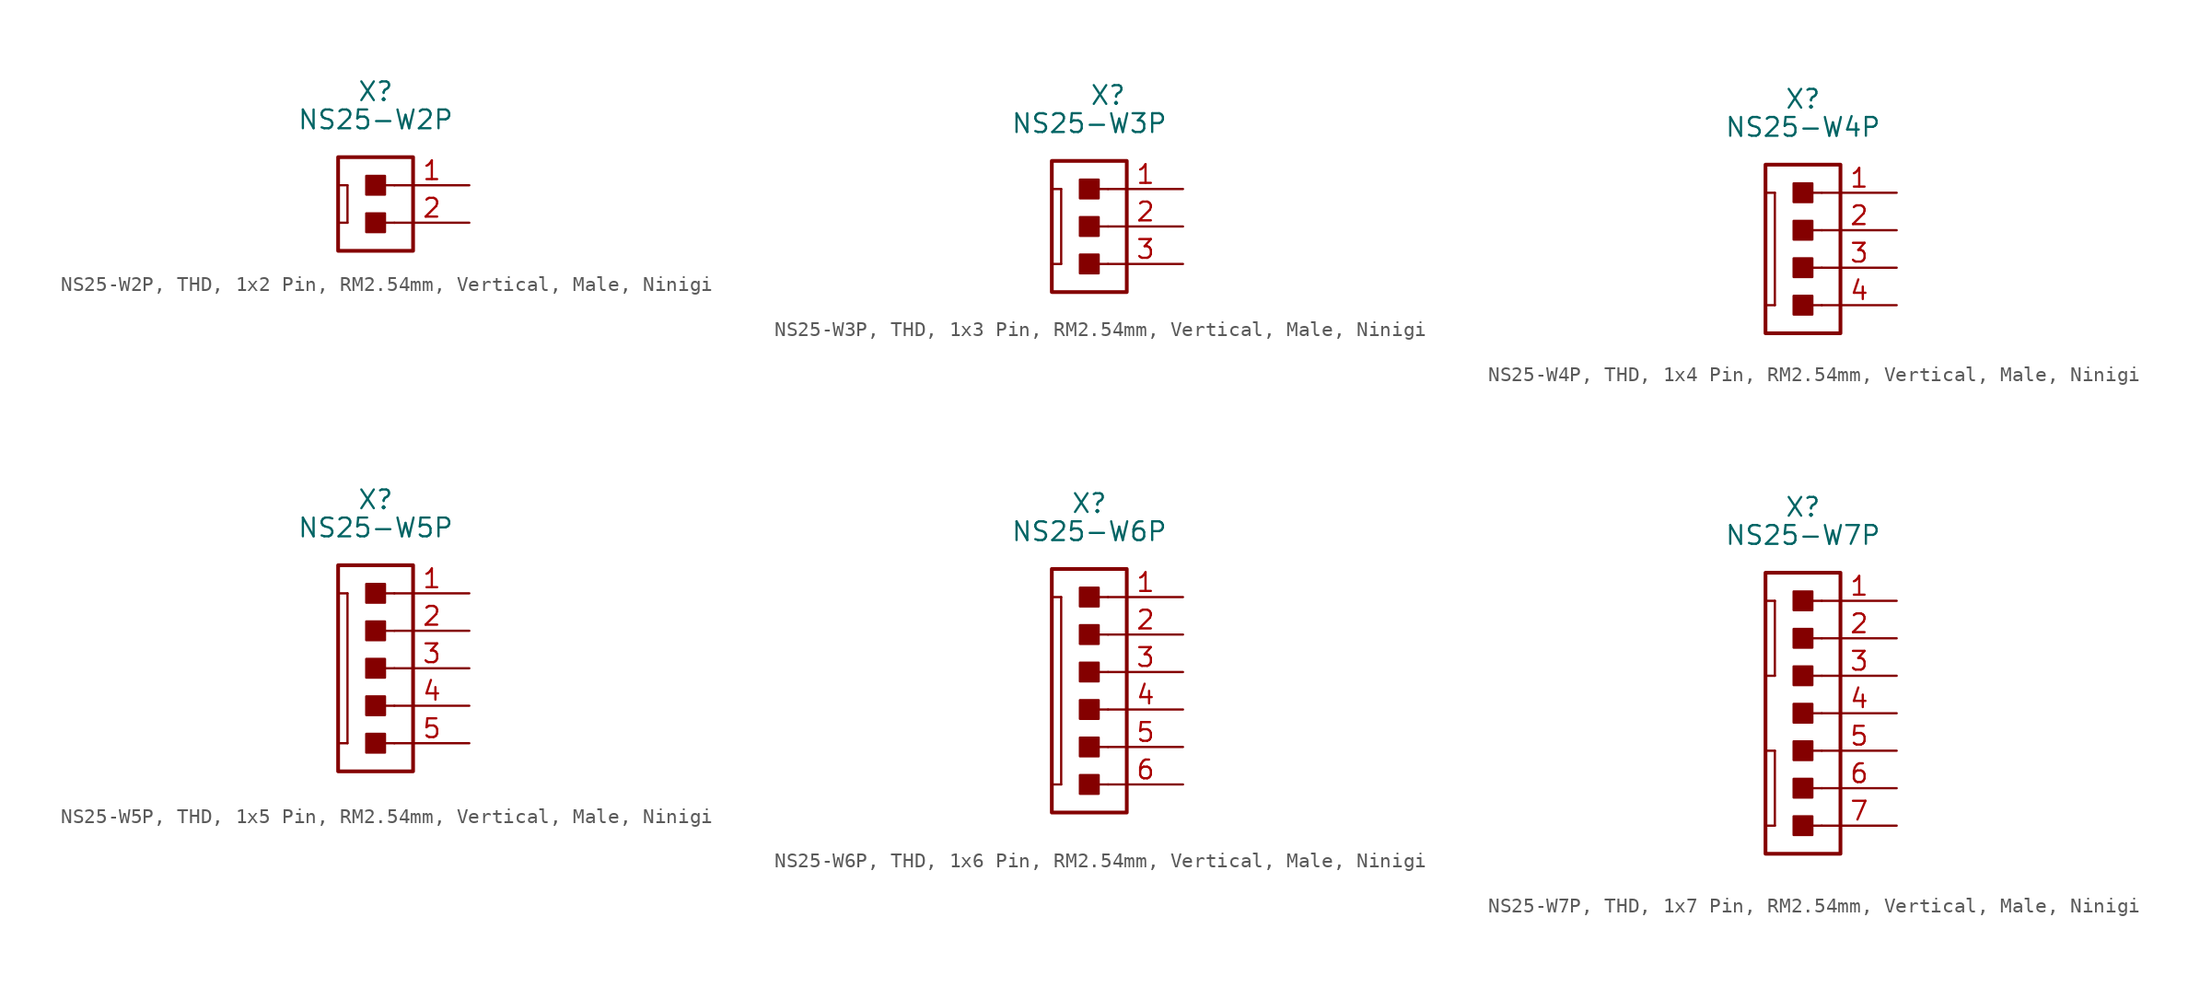
<source format=kicad_sym>
(kicad_symbol_lib
  (version 20241209)
  (generator "kicad_symbol_editor")
  (generator_version "9.0")
  (symbol "NS25-W2P, THD, 1x2 Pin, RM2.54mm, Vertical, Male, Ninigi"
    (pin_names
      (offset 1.016)
      (hide yes))
    (property "Reference" "X"
      (at -1.27 6.35 0)
      (effects (font (size 1.27 1.27))))
    (property "Value" "NS25-W2P"
      (at -1.27 4.445 0)
      (effects (font (size 1.27 1.27))))
    (property "Label" ""
      (at 0 0 0)
      (effects (font (size 1.27 1.27) (thickness 0.254) (bold yes))))
    (symbol "NS25-W2P, THD, 1x2 Pin, RM2.54mm, Vertical, Male, Ninigi_0_1"
      (polyline (pts (xy -3.81 0) (xy -3.175 0)) (stroke (width 0.152) (type default)) (fill (type none)))
      (polyline (pts (xy -3.81 -2.54) (xy -3.175 -2.54)) (stroke (width 0.152) (type default)) (fill (type none)))
      (polyline (pts (xy -3.175 0) (xy -3.175 -2.54)) (stroke (width 0.152) (type default)) (fill (type none))))
    (symbol "NS25-W2P, THD, 1x2 Pin, RM2.54mm, Vertical, Male, Ninigi_1_0"
      (polyline (pts (xy 0 0) (xy -1.27 0)) (stroke (width 0.152) (type default)) (fill (type none)))
      (polyline (pts (xy 0 -2.54) (xy -1.27 -2.54)) (stroke (width 0.152) (type default)) (fill (type none))))
    (symbol "NS25-W2P, THD, 1x2 Pin, RM2.54mm, Vertical, Male, Ninigi_1_1"
      (rectangle (start -3.81 1.905) (end 1.27 -4.445) (stroke (width 0.254) (type default)) (fill (type none)))
      (rectangle (start -1.905 -0.635) (end -0.635 0.635) (stroke (width 0.152) (type default)) (fill (type outline)))
      (rectangle (start -1.905 -3.175) (end -0.635 -1.905) (stroke (width 0.152) (type default)) (fill (type outline)))
      (pin passive line (at 5.08 0 180) (length 5.08) (name "1" (effects (font (size 1.27 1.27)))) (number "1" (effects (font (size 1.27 1.27)))))
      (pin passive line (at 5.08 -2.54 180) (length 5.08) (name "2" (effects (font (size 1.27 1.27)))) (number "2" (effects (font (size 1.27 1.27)))))))
  (symbol "NS25-W3P, THD, 1x3 Pin, RM2.54mm, Vertical, Male, Ninigi"
    (pin_names
      (offset 1.016)
      (hide yes))
    (property "Reference" "X"
      (at 0.0001 8.89 0)
      (effects (font (size 1.27 1.27))))
    (property "Value" "NS25-W3P"
      (at -1.27 6.985 0)
      (effects (font (size 1.27 1.27))))
    (property "Label" ""
      (at 0 0 0)
      (effects (font (size 1.27 1.27) (thickness 0.254) (bold yes))))
    (symbol "NS25-W3P, THD, 1x3 Pin, RM2.54mm, Vertical, Male, Ninigi_0_1"
      (polyline (pts (xy -3.81 2.54) (xy -3.175 2.54)) (stroke (width 0.152) (type default)) (fill (type none)))
      (polyline (pts (xy -3.81 -2.54) (xy -3.175 -2.54)) (stroke (width 0.152) (type default)) (fill (type none)))
      (polyline (pts (xy -3.175 2.54) (xy -3.175 -2.54)) (stroke (width 0.152) (type default)) (fill (type none))))
    (symbol "NS25-W3P, THD, 1x3 Pin, RM2.54mm, Vertical, Male, Ninigi_1_0"
      (polyline (pts (xy 0 2.54) (xy -1.27 2.54)) (stroke (width 0.152) (type default)) (fill (type none)))
      (polyline (pts (xy 0 0) (xy -1.27 0)) (stroke (width 0.152) (type default)) (fill (type none)))
      (polyline (pts (xy 0.0001 -2.54) (xy -1.27 -2.54)) (stroke (width 0.152) (type default)) (fill (type none))))
    (symbol "NS25-W3P, THD, 1x3 Pin, RM2.54mm, Vertical, Male, Ninigi_1_1"
      (rectangle (start -3.81 4.445) (end 1.27 -4.445) (stroke (width 0.254) (type default)) (fill (type none)))
      (rectangle (start -1.905 1.905) (end -0.635 3.175) (stroke (width 0.152) (type default)) (fill (type outline)))
      (rectangle (start -1.905 -0.635) (end -0.635 0.635) (stroke (width 0.152) (type default)) (fill (type outline)))
      (rectangle (start -1.905 -3.175) (end -0.635 -1.905) (stroke (width 0.152) (type default)) (fill (type outline)))
      (pin passive line (at 5.08 2.54 180) (length 5.08) (name "1" (effects (font (size 1.27 1.27)))) (number "1" (effects (font (size 1.27 1.27)))))
      (pin passive line (at 5.08 0 180) (length 5.08) (name "2" (effects (font (size 1.27 1.27)))) (number "2" (effects (font (size 1.27 1.27)))))
      (pin passive line (at 5.08 -2.54 180) (length 5.08) (name "2" (effects (font (size 1.27 1.27)))) (number "3" (effects (font (size 1.27 1.27)))))))
  (symbol "NS25-W4P, THD, 1x4 Pin, RM2.54mm, Vertical, Male, Ninigi"
    (pin_names
      (offset 1.016)
      (hide yes))
    (property "Reference" "X"
      (at -1.27 8.89 0)
      (effects (font (size 1.27 1.27))))
    (property "Value" "NS25-W4P"
      (at -1.27 6.985 0)
      (effects (font (size 1.27 1.27))))
    (property "Label" ""
      (at 0 0 0)
      (effects (font (size 1.27 1.27) (thickness 0.254) (bold yes))))
    (symbol "NS25-W4P, THD, 1x4 Pin, RM2.54mm, Vertical, Male, Ninigi_0_1"
      (polyline (pts (xy -3.81 2.54) (xy -3.175 2.54)) (stroke (width 0.152) (type default)) (fill (type none)))
      (polyline (pts (xy -3.81 -5.08) (xy -3.175 -5.08)) (stroke (width 0.152) (type default)) (fill (type none)))
      (polyline (pts (xy -3.175 2.54) (xy -3.175 -5.08)) (stroke (width 0.152) (type default)) (fill (type none))))
    (symbol "NS25-W4P, THD, 1x4 Pin, RM2.54mm, Vertical, Male, Ninigi_1_0"
      (polyline (pts (xy 0 2.54) (xy -1.27 2.54)) (stroke (width 0.152) (type default)) (fill (type none)))
      (polyline (pts (xy 0 0) (xy -1.27 0)) (stroke (width 0.152) (type default)) (fill (type none)))
      (polyline (pts (xy 0.0001 -2.54) (xy -1.27 -2.54)) (stroke (width 0.152) (type default)) (fill (type none)))
      (polyline (pts (xy 0.0001 -5.08) (xy -1.27 -5.08)) (stroke (width 0.152) (type default)) (fill (type none))))
    (symbol "NS25-W4P, THD, 1x4 Pin, RM2.54mm, Vertical, Male, Ninigi_1_1"
      (rectangle (start -3.81 4.445) (end 1.27 -6.985) (stroke (width 0.254) (type default)) (fill (type none)))
      (rectangle (start -1.905 1.905) (end -0.635 3.175) (stroke (width 0.152) (type default)) (fill (type outline)))
      (rectangle (start -1.905 -0.635) (end -0.635 0.635) (stroke (width 0.152) (type default)) (fill (type outline)))
      (rectangle (start -1.905 -3.175) (end -0.635 -1.905) (stroke (width 0.152) (type default)) (fill (type outline)))
      (rectangle (start -1.905 -5.715) (end -0.635 -4.445) (stroke (width 0.152) (type default)) (fill (type outline)))
      (pin passive line (at 5.08 2.54 180) (length 5.08) (name "1" (effects (font (size 1.27 1.27)))) (number "1" (effects (font (size 1.27 1.27)))))
      (pin passive line (at 5.08 0 180) (length 5.08) (name "2" (effects (font (size 1.27 1.27)))) (number "2" (effects (font (size 1.27 1.27)))))
      (pin passive line (at 5.08 -2.54 180) (length 5.08) (name "2" (effects (font (size 1.27 1.27)))) (number "3" (effects (font (size 1.27 1.27)))))
      (pin passive line (at 5.08 -5.08 180) (length 5.08) (name "2" (effects (font (size 1.27 1.27)))) (number "4" (effects (font (size 1.27 1.27)))))))
  (symbol "NS25-W5P, THD, 1x5 Pin, RM2.54mm, Vertical, Male, Ninigi"
    (pin_names
      (offset 1.016)
      (hide yes))
    (property "Reference" "X"
      (at -1.27 11.43 0)
      (effects (font (size 1.27 1.27))))
    (property "Value" "NS25-W5P"
      (at -1.27 9.525 0)
      (effects (font (size 1.27 1.27))))
    (property "Label" ""
      (at 0 0 0)
      (effects (font (size 1.27 1.27) (thickness 0.254) (bold yes))))
    (symbol "NS25-W5P, THD, 1x5 Pin, RM2.54mm, Vertical, Male, Ninigi_0_1"
      (polyline (pts (xy -3.81 5.08) (xy -3.175 5.08)) (stroke (width 0.152) (type default)) (fill (type none)))
      (polyline (pts (xy -3.81 -5.08) (xy -3.175 -5.08)) (stroke (width 0.152) (type default)) (fill (type none)))
      (polyline (pts (xy -3.175 5.08) (xy -3.175 -5.08)) (stroke (width 0.152) (type default)) (fill (type none))))
    (symbol "NS25-W5P, THD, 1x5 Pin, RM2.54mm, Vertical, Male, Ninigi_1_0"
      (polyline (pts (xy -0.0001 5.08) (xy -1.27 5.08)) (stroke (width 0.152) (type default)) (fill (type none)))
      (polyline (pts (xy -0.0001 2.54) (xy -1.27 2.54)) (stroke (width 0.152) (type default)) (fill (type none)))
      (polyline (pts (xy 0 0) (xy -1.27 0)) (stroke (width 0.152) (type default)) (fill (type none)))
      (polyline (pts (xy 0 -2.54) (xy -1.27 -2.54)) (stroke (width 0.152) (type default)) (fill (type none)))
      (polyline (pts (xy 0 -5.08) (xy -1.27 -5.08)) (stroke (width 0.152) (type default)) (fill (type none))))
    (symbol "NS25-W5P, THD, 1x5 Pin, RM2.54mm, Vertical, Male, Ninigi_1_1"
      (rectangle (start -3.81 6.985) (end 1.27 -6.985) (stroke (width 0.254) (type default)) (fill (type none)))
      (rectangle (start -1.905 4.445) (end -0.635 5.715) (stroke (width 0.152) (type default)) (fill (type outline)))
      (rectangle (start -1.905 1.905) (end -0.635 3.175) (stroke (width 0.152) (type default)) (fill (type outline)))
      (rectangle (start -1.905 -0.635) (end -0.635 0.635) (stroke (width 0.152) (type default)) (fill (type outline)))
      (rectangle (start -1.905 -3.175) (end -0.635 -1.905) (stroke (width 0.152) (type default)) (fill (type outline)))
      (rectangle (start -1.905 -5.715) (end -0.635 -4.445) (stroke (width 0.152) (type default)) (fill (type outline)))
      (pin passive line (at 5.08 5.08 180) (length 5.08) (name "1" (effects (font (size 1.27 1.27)))) (number "1" (effects (font (size 1.27 1.27)))))
      (pin passive line (at 5.08 2.54 180) (length 5.08) (name "2" (effects (font (size 1.27 1.27)))) (number "2" (effects (font (size 1.27 1.27)))))
      (pin passive line (at 5.08 0 180) (length 5.08) (name "2" (effects (font (size 1.27 1.27)))) (number "3" (effects (font (size 1.27 1.27)))))
      (pin passive line (at 5.08 -2.54 180) (length 5.08) (name "2" (effects (font (size 1.27 1.27)))) (number "4" (effects (font (size 1.27 1.27)))))
      (pin passive line (at 5.08 -5.08 180) (length 5.08) (name "2" (effects (font (size 1.27 1.27)))) (number "5" (effects (font (size 1.27 1.27)))))))
  (symbol "NS25-W6P, THD, 1x6 Pin, RM2.54mm, Vertical, Male, Ninigi"
    (pin_names
      (offset 1.016)
      (hide yes))
    (property "Reference" "X"
      (at -1.27 11.43 0)
      (effects (font (size 1.27 1.27))))
    (property "Value" "NS25-W6P"
      (at -1.27 9.525 0)
      (effects (font (size 1.27 1.27))))
    (property "Label" ""
      (at 0 0 0)
      (effects (font (size 1.27 1.27) (thickness 0.254) (bold yes))))
    (symbol "NS25-W6P, THD, 1x6 Pin, RM2.54mm, Vertical, Male, Ninigi_0_1"
      (polyline (pts (xy -3.81 5.08) (xy -3.175 5.08)) (stroke (width 0.152) (type default)) (fill (type none)))
      (polyline (pts (xy -3.81 -7.62) (xy -3.175 -7.62)) (stroke (width 0.152) (type default)) (fill (type none)))
      (polyline (pts (xy -3.175 5.08) (xy -3.175 -7.62)) (stroke (width 0.152) (type default)) (fill (type none))))
    (symbol "NS25-W6P, THD, 1x6 Pin, RM2.54mm, Vertical, Male, Ninigi_1_0"
      (polyline (pts (xy -0.0001 5.08) (xy -1.27 5.08)) (stroke (width 0.152) (type default)) (fill (type none)))
      (polyline (pts (xy -0.0001 2.54) (xy -1.27 2.54)) (stroke (width 0.152) (type default)) (fill (type none)))
      (polyline (pts (xy 0 0) (xy -1.27 0)) (stroke (width 0.152) (type default)) (fill (type none)))
      (polyline (pts (xy 0 -2.54) (xy -1.27 -2.54)) (stroke (width 0.152) (type default)) (fill (type none)))
      (polyline (pts (xy 0 -5.08) (xy -1.27 -5.08)) (stroke (width 0.152) (type default)) (fill (type none)))
      (polyline (pts (xy 0 -7.62) (xy -1.27 -7.62)) (stroke (width 0.152) (type default)) (fill (type none))))
    (symbol "NS25-W6P, THD, 1x6 Pin, RM2.54mm, Vertical, Male, Ninigi_1_1"
      (rectangle (start -3.81 6.985) (end 1.27 -9.525) (stroke (width 0.254) (type default)) (fill (type none)))
      (rectangle (start -1.905 4.445) (end -0.635 5.715) (stroke (width 0.152) (type default)) (fill (type outline)))
      (rectangle (start -1.905 1.905) (end -0.635 3.175) (stroke (width 0.152) (type default)) (fill (type outline)))
      (rectangle (start -1.905 -0.635) (end -0.635 0.635) (stroke (width 0.152) (type default)) (fill (type outline)))
      (rectangle (start -1.905 -3.175) (end -0.635 -1.905) (stroke (width 0.152) (type default)) (fill (type outline)))
      (rectangle (start -1.905 -5.715) (end -0.635 -4.445) (stroke (width 0.152) (type default)) (fill (type outline)))
      (rectangle (start -1.905 -8.255) (end -0.635 -6.985) (stroke (width 0.152) (type default)) (fill (type outline)))
      (pin passive line (at 5.08 5.08 180) (length 5.08) (name "1" (effects (font (size 1.27 1.27)))) (number "1" (effects (font (size 1.27 1.27)))))
      (pin passive line (at 5.08 2.54 180) (length 5.08) (name "2" (effects (font (size 1.27 1.27)))) (number "2" (effects (font (size 1.27 1.27)))))
      (pin passive line (at 5.08 0 180) (length 5.08) (name "2" (effects (font (size 1.27 1.27)))) (number "3" (effects (font (size 1.27 1.27)))))
      (pin passive line (at 5.08 -2.54 180) (length 5.08) (name "2" (effects (font (size 1.27 1.27)))) (number "4" (effects (font (size 1.27 1.27)))))
      (pin passive line (at 5.08 -5.08 180) (length 5.08) (name "2" (effects (font (size 1.27 1.27)))) (number "5" (effects (font (size 1.27 1.27)))))
      (pin passive line (at 5.08 -7.62 180) (length 5.08) (name "2" (effects (font (size 1.27 1.27)))) (number "6" (effects (font (size 1.27 1.27)))))))
  (symbol "NS25-W7P, THD, 1x7 Pin, RM2.54mm, Vertical, Male, Ninigi"
    (pin_names
      (offset 1.016)
      (hide yes))
    (property "Reference" "X"
      (at -1.27 13.97 0)
      (effects (font (size 1.27 1.27))))
    (property "Value" "NS25-W7P"
      (at -1.27 12.065 0)
      (effects (font (size 1.27 1.27))))
    (property "Z-SYSCODE" ""
      (at 3.81 1.27 90)
      (effects (font (size 1.27 1.27))))
    (property "Label" ""
      (at 0 0 0)
      (effects (font (size 1.27 1.27) (thickness 0.254) (bold yes))))
    (symbol "NS25-W7P, THD, 1x7 Pin, RM2.54mm, Vertical, Male, Ninigi_0_1"
      (polyline (pts (xy -3.81 7.62) (xy -3.175 7.62)) (stroke (width 0.152) (type default)) (fill (type none)))
      (polyline (pts (xy -3.81 2.54) (xy -3.175 2.54)) (stroke (width 0.152) (type default)) (fill (type none)))
      (polyline (pts (xy -3.81 -2.54) (xy -3.175 -2.54)) (stroke (width 0.152) (type default)) (fill (type none)))
      (polyline (pts (xy -3.81 -7.62) (xy -3.175 -7.62)) (stroke (width 0.152) (type default)) (fill (type none)))
      (polyline (pts (xy -3.175 7.62) (xy -3.175 2.54)) (stroke (width 0.152) (type default)) (fill (type none)))
      (polyline (pts (xy -3.175 -2.54) (xy -3.175 -7.62)) (stroke (width 0.152) (type default)) (fill (type none))))
    (symbol "NS25-W7P, THD, 1x7 Pin, RM2.54mm, Vertical, Male, Ninigi_1_0"
      (polyline (pts (xy -0.0001 7.62) (xy -1.27 7.62)) (stroke (width 0.152) (type default)) (fill (type none)))
      (polyline (pts (xy -0.0001 5.08) (xy -1.27 5.08)) (stroke (width 0.152) (type default)) (fill (type none)))
      (polyline (pts (xy 0 2.54) (xy -1.27 2.54)) (stroke (width 0.152) (type default)) (fill (type none)))
      (polyline (pts (xy 0 0) (xy -1.27 0)) (stroke (width 0.152) (type default)) (fill (type none)))
      (polyline (pts (xy 0 -2.54) (xy -1.27 -2.54)) (stroke (width 0.152) (type default)) (fill (type none)))
      (polyline (pts (xy 0 -5.08) (xy -1.27 -5.08)) (stroke (width 0.152) (type default)) (fill (type none)))
      (polyline (pts (xy 0 -7.62) (xy -1.27 -7.62)) (stroke (width 0.152) (type default)) (fill (type none))))
    (symbol "NS25-W7P, THD, 1x7 Pin, RM2.54mm, Vertical, Male, Ninigi_1_1"
      (rectangle (start -3.81 9.525) (end 1.27 -9.525) (stroke (width 0.254) (type default)) (fill (type none)))
      (rectangle (start -1.905 6.985) (end -0.635 8.255) (stroke (width 0.152) (type default)) (fill (type outline)))
      (rectangle (start -1.905 4.445) (end -0.635 5.715) (stroke (width 0.152) (type default)) (fill (type outline)))
      (rectangle (start -1.905 1.905) (end -0.635 3.175) (stroke (width 0.152) (type default)) (fill (type outline)))
      (rectangle (start -1.905 -0.635) (end -0.635 0.635) (stroke (width 0.152) (type default)) (fill (type outline)))
      (rectangle (start -1.905 -3.175) (end -0.635 -1.905) (stroke (width 0.152) (type default)) (fill (type outline)))
      (rectangle (start -1.905 -5.715) (end -0.635 -4.445) (stroke (width 0.152) (type default)) (fill (type outline)))
      (rectangle (start -1.905 -8.255) (end -0.635 -6.985) (stroke (width 0.152) (type default)) (fill (type outline)))
      (pin passive line (at 5.08 7.62 180) (length 5.08) (name "1" (effects (font (size 1.27 1.27)))) (number "1" (effects (font (size 1.27 1.27)))))
      (pin passive line (at 5.08 5.08 180) (length 5.08) (name "2" (effects (font (size 1.27 1.27)))) (number "2" (effects (font (size 1.27 1.27)))))
      (pin passive line (at 5.08 2.54 180) (length 5.08) (name "2" (effects (font (size 1.27 1.27)))) (number "3" (effects (font (size 1.27 1.27)))))
      (pin passive line (at 5.08 0 180) (length 5.08) (name "2" (effects (font (size 1.27 1.27)))) (number "4" (effects (font (size 1.27 1.27)))))
      (pin passive line (at 5.08 -2.54 180) (length 5.08) (name "2" (effects (font (size 1.27 1.27)))) (number "5" (effects (font (size 1.27 1.27)))))
      (pin passive line (at 5.08 -5.08 180) (length 5.08) (name "2" (effects (font (size 1.27 1.27)))) (number "6" (effects (font (size 1.27 1.27)))))
      (pin passive line (at 5.08 -7.62 180) (length 5.08) (name "2" (effects (font (size 1.27 1.27)))) (number "7" (effects (font (size 1.27 1.27))))))))
</source>
